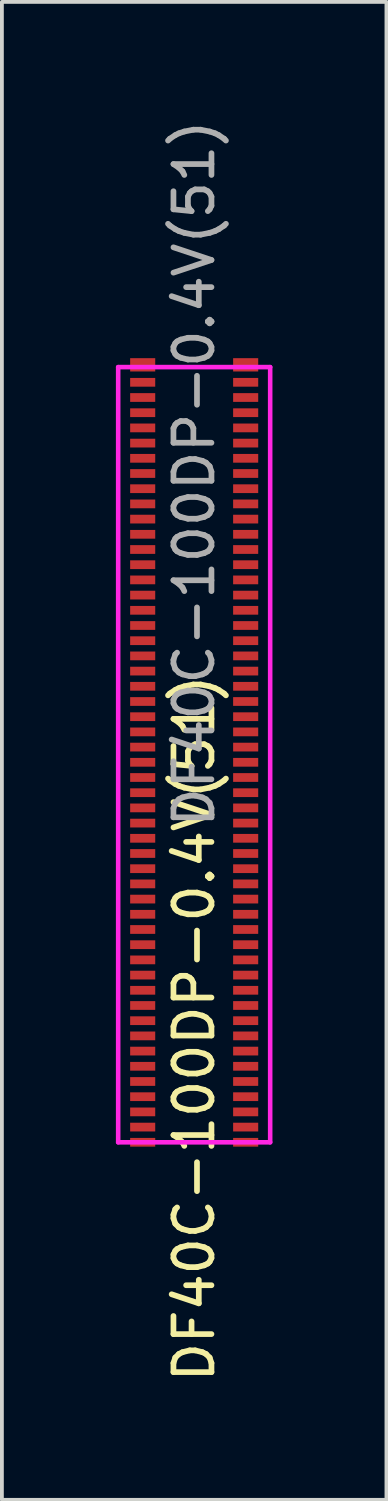
<source format=kicad_pcb>
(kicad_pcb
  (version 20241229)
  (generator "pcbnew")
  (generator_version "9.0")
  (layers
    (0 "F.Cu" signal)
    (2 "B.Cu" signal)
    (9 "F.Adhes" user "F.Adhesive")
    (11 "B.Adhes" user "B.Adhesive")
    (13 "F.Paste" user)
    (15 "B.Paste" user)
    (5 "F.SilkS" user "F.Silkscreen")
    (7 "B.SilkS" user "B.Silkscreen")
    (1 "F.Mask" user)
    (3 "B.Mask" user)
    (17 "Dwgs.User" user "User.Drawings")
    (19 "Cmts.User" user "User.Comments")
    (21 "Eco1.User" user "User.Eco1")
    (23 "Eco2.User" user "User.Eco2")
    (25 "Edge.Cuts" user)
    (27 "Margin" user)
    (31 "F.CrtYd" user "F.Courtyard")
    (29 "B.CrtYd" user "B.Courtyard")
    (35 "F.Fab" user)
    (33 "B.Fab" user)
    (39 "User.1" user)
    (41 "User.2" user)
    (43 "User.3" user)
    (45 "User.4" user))
  (footprint "DF40C-100DP-0.4V(51)"
    (layer "F.Cu")
    (at 2.06 16.811)
    (property "Reference" "DF40C-100DP-0.4V(51)" (at 0 7.2 90) (unlocked yes) (layer "F.SilkS") (effects (font (size 1 1) (thickness 0.15))))
    (fp_line (start -2 -10.2) (end 2 -10.2) (stroke (width 0.12) (type solid)) (layer "F.CrtYd"))
    (fp_line (start -2 10.2) (end -2 -10.2) (stroke (width 0.12) (type solid)) (layer "F.CrtYd"))
    (fp_line (start 2 -10.2) (end 2 10.2) (stroke (width 0.12) (type solid)) (layer "F.CrtYd"))
    (fp_line (start 2 10.2) (end -2 10.2) (stroke (width 0.12) (type solid)) (layer "F.CrtYd"))
    (fp_text user "${REFERENCE}" (at 0 -7.4 90) (unlocked yes) (layer "F.Fab") (effects (font (size 1 1) (thickness 0.15))))
    (pad "1" smd rect (at -1.355 -9.8) (size 0.66 0.23) (layers "F.Cu" "F.Mask" "F.Paste"))
    (pad "2" smd rect (at 1.355 -9.8) (size 0.66 0.23) (layers "F.Cu" "F.Mask" "F.Paste"))
    (pad "3" smd rect (at -1.355 -9.4) (size 0.66 0.23) (layers "F.Cu" "F.Mask" "F.Paste"))
    (pad "4" smd rect (at 1.355 -9.4) (size 0.66 0.23) (layers "F.Cu" "F.Mask" "F.Paste"))
    (pad "5" smd rect (at -1.355 -9) (size 0.66 0.23) (layers "F.Cu" "F.Mask" "F.Paste"))
    (pad "6" smd rect (at 1.355 -9) (size 0.66 0.23) (layers "F.Cu" "F.Mask" "F.Paste"))
    (pad "7" smd rect (at -1.355 -8.6) (size 0.66 0.23) (layers "F.Cu" "F.Mask" "F.Paste"))
    (pad "8" smd rect (at 1.355 -8.6) (size 0.66 0.23) (layers "F.Cu" "F.Mask" "F.Paste"))
    (pad "9" smd rect (at -1.355 -8.2) (size 0.66 0.23) (layers "F.Cu" "F.Mask" "F.Paste"))
    (pad "10" smd rect (at 1.355 -8.2) (size 0.66 0.23) (layers "F.Cu" "F.Mask" "F.Paste"))
    (pad "11" smd rect (at -1.355 -7.8) (size 0.66 0.23) (layers "F.Cu" "F.Mask" "F.Paste"))
    (pad "12" smd rect (at 1.355 -7.8) (size 0.66 0.23) (layers "F.Cu" "F.Mask" "F.Paste"))
    (pad "13" smd rect (at -1.355 -7.4) (size 0.66 0.23) (layers "F.Cu" "F.Mask" "F.Paste"))
    (pad "14" smd rect (at 1.355 -7.4) (size 0.66 0.23) (layers "F.Cu" "F.Mask" "F.Paste"))
    (pad "15" smd rect (at -1.355 -7) (size 0.66 0.23) (layers "F.Cu" "F.Mask" "F.Paste"))
    (pad "16" smd rect (at 1.355 -7) (size 0.66 0.23) (layers "F.Cu" "F.Mask" "F.Paste"))
    (pad "17" smd rect (at -1.355 -6.6) (size 0.66 0.23) (layers "F.Cu" "F.Mask" "F.Paste"))
    (pad "18" smd rect (at 1.355 -6.6) (size 0.66 0.23) (layers "F.Cu" "F.Mask" "F.Paste"))
    (pad "19" smd rect (at -1.355 -6.2) (size 0.66 0.23) (layers "F.Cu" "F.Mask" "F.Paste"))
    (pad "20" smd rect (at 1.355 -6.2) (size 0.66 0.23) (layers "F.Cu" "F.Mask" "F.Paste"))
    (pad "21" smd rect (at -1.355 -5.8) (size 0.66 0.23) (layers "F.Cu" "F.Mask" "F.Paste"))
    (pad "22" smd rect (at 1.355 -5.8) (size 0.66 0.23) (layers "F.Cu" "F.Mask" "F.Paste"))
    (pad "23" smd rect (at -1.355 -5.4) (size 0.66 0.23) (layers "F.Cu" "F.Mask" "F.Paste"))
    (pad "24" smd rect (at 1.355 -5.4) (size 0.66 0.23) (layers "F.Cu" "F.Mask" "F.Paste"))
    (pad "25" smd rect (at -1.355 -5) (size 0.66 0.23) (layers "F.Cu" "F.Mask" "F.Paste"))
    (pad "26" smd rect (at 1.355 -5) (size 0.66 0.23) (layers "F.Cu" "F.Mask" "F.Paste"))
    (pad "27" smd rect (at -1.355 -4.6) (size 0.66 0.23) (layers "F.Cu" "F.Mask" "F.Paste"))
    (pad "28" smd rect (at 1.355 -4.6) (size 0.66 0.23) (layers "F.Cu" "F.Mask" "F.Paste"))
    (pad "29" smd rect (at -1.355 -4.2) (size 0.66 0.23) (layers "F.Cu" "F.Mask" "F.Paste"))
    (pad "30" smd rect (at 1.355 -4.2) (size 0.66 0.23) (layers "F.Cu" "F.Mask" "F.Paste"))
    (pad "31" smd rect (at -1.355 -3.8) (size 0.66 0.23) (layers "F.Cu" "F.Mask" "F.Paste"))
    (pad "32" smd rect (at 1.355 -3.8) (size 0.66 0.23) (layers "F.Cu" "F.Mask" "F.Paste"))
    (pad "33" smd rect (at -1.355 -3.4) (size 0.66 0.23) (layers "F.Cu" "F.Mask" "F.Paste"))
    (pad "34" smd rect (at 1.355 -3.4) (size 0.66 0.23) (layers "F.Cu" "F.Mask" "F.Paste"))
    (pad "35" smd rect (at -1.355 -3) (size 0.66 0.23) (layers "F.Cu" "F.Mask" "F.Paste"))
    (pad "36" smd rect (at 1.355 -3) (size 0.66 0.23) (layers "F.Cu" "F.Mask" "F.Paste"))
    (pad "37" smd rect (at -1.355 -2.6) (size 0.66 0.23) (layers "F.Cu" "F.Mask" "F.Paste"))
    (pad "38" smd rect (at 1.355 -2.6) (size 0.66 0.23) (layers "F.Cu" "F.Mask" "F.Paste"))
    (pad "39" smd rect (at -1.355 -2.2) (size 0.66 0.23) (layers "F.Cu" "F.Mask" "F.Paste"))
    (pad "40" smd rect (at 1.355 -2.2) (size 0.66 0.23) (layers "F.Cu" "F.Mask" "F.Paste"))
    (pad "41" smd rect (at -1.355 -1.8) (size 0.66 0.23) (layers "F.Cu" "F.Mask" "F.Paste"))
    (pad "42" smd rect (at 1.355 -1.8) (size 0.66 0.23) (layers "F.Cu" "F.Mask" "F.Paste"))
    (pad "43" smd rect (at -1.355 -1.4) (size 0.66 0.23) (layers "F.Cu" "F.Mask" "F.Paste"))
    (pad "44" smd rect (at 1.355 -1.4) (size 0.66 0.23) (layers "F.Cu" "F.Mask" "F.Paste"))
    (pad "45" smd rect (at -1.355 -1) (size 0.66 0.23) (layers "F.Cu" "F.Mask" "F.Paste"))
    (pad "46" smd rect (at 1.355 -1) (size 0.66 0.23) (layers "F.Cu" "F.Mask" "F.Paste"))
    (pad "47" smd rect (at -1.355 -0.6) (size 0.66 0.23) (layers "F.Cu" "F.Mask" "F.Paste"))
    (pad "48" smd rect (at 1.355 -0.6) (size 0.66 0.23) (layers "F.Cu" "F.Mask" "F.Paste"))
    (pad "49" smd rect (at -1.355 -0.2) (size 0.66 0.23) (layers "F.Cu" "F.Mask" "F.Paste"))
    (pad "50" smd rect (at 1.355 -0.2) (size 0.66 0.23) (layers "F.Cu" "F.Mask" "F.Paste"))
    (pad "51" smd rect (at -1.355 0.2) (size 0.66 0.23) (layers "F.Cu" "F.Mask" "F.Paste"))
    (pad "52" smd rect (at 1.355 0.2) (size 0.66 0.23) (layers "F.Cu" "F.Mask" "F.Paste"))
    (pad "53" smd rect (at -1.355 0.6) (size 0.66 0.23) (layers "F.Cu" "F.Mask" "F.Paste"))
    (pad "54" smd rect (at 1.355 0.6) (size 0.66 0.23) (layers "F.Cu" "F.Mask" "F.Paste"))
    (pad "55" smd rect (at -1.355 1) (size 0.66 0.23) (layers "F.Cu" "F.Mask" "F.Paste"))
    (pad "56" smd rect (at 1.355 1) (size 0.66 0.23) (layers "F.Cu" "F.Mask" "F.Paste"))
    (pad "57" smd rect (at -1.355 1.4) (size 0.66 0.23) (layers "F.Cu" "F.Mask" "F.Paste"))
    (pad "58" smd rect (at 1.355 1.4) (size 0.66 0.23) (layers "F.Cu" "F.Mask" "F.Paste"))
    (pad "59" smd rect (at -1.355 1.8) (size 0.66 0.23) (layers "F.Cu" "F.Mask" "F.Paste"))
    (pad "60" smd rect (at 1.355 1.8) (size 0.66 0.23) (layers "F.Cu" "F.Mask" "F.Paste"))
    (pad "61" smd rect (at -1.355 2.2) (size 0.66 0.23) (layers "F.Cu" "F.Mask" "F.Paste"))
    (pad "62" smd rect (at 1.355 2.2) (size 0.66 0.23) (layers "F.Cu" "F.Mask" "F.Paste"))
    (pad "63" smd rect (at -1.355 2.6) (size 0.66 0.23) (layers "F.Cu" "F.Mask" "F.Paste"))
    (pad "64" smd rect (at 1.355 2.6) (size 0.66 0.23) (layers "F.Cu" "F.Mask" "F.Paste"))
    (pad "65" smd rect (at -1.355 3) (size 0.66 0.23) (layers "F.Cu" "F.Mask" "F.Paste"))
    (pad "66" smd rect (at 1.355 3) (size 0.66 0.23) (layers "F.Cu" "F.Mask" "F.Paste"))
    (pad "67" smd rect (at -1.355 3.4) (size 0.66 0.23) (layers "F.Cu" "F.Mask" "F.Paste"))
    (pad "68" smd rect (at 1.355 3.4) (size 0.66 0.23) (layers "F.Cu" "F.Mask" "F.Paste"))
    (pad "69" smd rect (at -1.355 3.8) (size 0.66 0.23) (layers "F.Cu" "F.Mask" "F.Paste"))
    (pad "70" smd rect (at 1.355 3.8) (size 0.66 0.23) (layers "F.Cu" "F.Mask" "F.Paste"))
    (pad "71" smd rect (at -1.355 4.2) (size 0.66 0.23) (layers "F.Cu" "F.Mask" "F.Paste"))
    (pad "72" smd rect (at 1.355 4.2) (size 0.66 0.23) (layers "F.Cu" "F.Mask" "F.Paste"))
    (pad "73" smd rect (at -1.355 4.6) (size 0.66 0.23) (layers "F.Cu" "F.Mask" "F.Paste"))
    (pad "74" smd rect (at 1.355 4.6) (size 0.66 0.23) (layers "F.Cu" "F.Mask" "F.Paste"))
    (pad "75" smd rect (at -1.355 5) (size 0.66 0.23) (layers "F.Cu" "F.Mask" "F.Paste"))
    (pad "76" smd rect (at 1.355 5) (size 0.66 0.23) (layers "F.Cu" "F.Mask" "F.Paste"))
    (pad "77" smd rect (at -1.355 5.4) (size 0.66 0.23) (layers "F.Cu" "F.Mask" "F.Paste"))
    (pad "78" smd rect (at 1.355 5.4) (size 0.66 0.23) (layers "F.Cu" "F.Mask" "F.Paste"))
    (pad "79" smd rect (at -1.355 5.8) (size 0.66 0.23) (layers "F.Cu" "F.Mask" "F.Paste"))
    (pad "80" smd rect (at 1.355 5.8) (size 0.66 0.23) (layers "F.Cu" "F.Mask" "F.Paste"))
    (pad "81" smd rect (at -1.355 6.2) (size 0.66 0.23) (layers "F.Cu" "F.Mask" "F.Paste"))
    (pad "82" smd rect (at 1.355 6.2) (size 0.66 0.23) (layers "F.Cu" "F.Mask" "F.Paste"))
    (pad "83" smd rect (at -1.355 6.6) (size 0.66 0.23) (layers "F.Cu" "F.Mask" "F.Paste"))
    (pad "84" smd rect (at 1.355 6.6) (size 0.66 0.23) (layers "F.Cu" "F.Mask" "F.Paste"))
    (pad "85" smd rect (at -1.355 7) (size 0.66 0.23) (layers "F.Cu" "F.Mask" "F.Paste"))
    (pad "86" smd rect (at 1.355 7) (size 0.66 0.23) (layers "F.Cu" "F.Mask" "F.Paste"))
    (pad "87" smd rect (at -1.355 7.4) (size 0.66 0.23) (layers "F.Cu" "F.Mask" "F.Paste"))
    (pad "88" smd rect (at 1.355 7.4) (size 0.66 0.23) (layers "F.Cu" "F.Mask" "F.Paste"))
    (pad "89" smd rect (at -1.355 7.8) (size 0.66 0.23) (layers "F.Cu" "F.Mask" "F.Paste"))
    (pad "90" smd rect (at 1.355 7.8) (size 0.66 0.23) (layers "F.Cu" "F.Mask" "F.Paste"))
    (pad "91" smd rect (at -1.355 8.2) (size 0.66 0.23) (layers "F.Cu" "F.Mask" "F.Paste"))
    (pad "92" smd rect (at 1.355 8.2) (size 0.66 0.23) (layers "F.Cu" "F.Mask" "F.Paste"))
    (pad "93" smd rect (at -1.355 8.6) (size 0.66 0.23) (layers "F.Cu" "F.Mask" "F.Paste"))
    (pad "94" smd rect (at 1.355 8.6) (size 0.66 0.23) (layers "F.Cu" "F.Mask" "F.Paste"))
    (pad "95" smd rect (at -1.355 9) (size 0.66 0.23) (layers "F.Cu" "F.Mask" "F.Paste"))
    (pad "96" smd rect (at 1.355 9) (size 0.66 0.23) (layers "F.Cu" "F.Mask" "F.Paste"))
    (pad "97" smd rect (at -1.355 9.4) (size 0.66 0.23) (layers "F.Cu" "F.Mask" "F.Paste"))
    (pad "98" smd rect (at 1.355 9.4) (size 0.66 0.23) (layers "F.Cu" "F.Mask" "F.Paste"))
    (pad "99" smd rect (at -1.355 9.8) (size 0.66 0.23) (layers "F.Cu" "F.Mask" "F.Paste"))
    (pad "100" smd rect (at 1.355 9.8) (size 0.66 0.23) (layers "F.Cu" "F.Mask" "F.Paste"))
    (pad "MNT" smd rect (at -1.355 -10.26) (size 0.66 0.35) (layers "F.Cu" "F.Mask" "F.Paste"))
    (pad "MNT" smd rect (at -1.355 10.2) (size 0.66 0.23) (layers "F.Cu" "F.Mask" "F.Paste"))
    (pad "MNT" smd rect (at 1.355 -10.26) (size 0.66 0.35) (layers "F.Cu" "F.Mask" "F.Paste"))
    (pad "MNT" smd rect (at 1.355 10.2) (size 0.66 0.23) (layers "F.Cu" "F.Mask" "F.Paste"))
    (zone (net_name "") (layer "F.Cu") (hatch edge 0.508) (connect_pads) (min_thickness 0.254) (filled_areas_thickness no) (keepout (tracks not_allowed) (vias not_allowed) (pads not_allowed) (copperpour not_allowed) (footprints allowed)) (placement (enabled no)) (fill) (polygon (pts (xy 1.035 6.896) (xy 0.375 6.896) (xy 0.375 6.726) (xy 1.035 6.726))))
    (zone (net_name "") (layer "F.Cu") (hatch edge 0.508) (connect_pads) (min_thickness 0.254) (filled_areas_thickness no) (keepout (tracks not_allowed) (vias not_allowed) (pads not_allowed) (copperpour not_allowed) (footprints allowed)) (placement (enabled no)) (fill) (polygon (pts (xy 1.035 7.296) (xy 0.375 7.296) (xy 0.375 7.126) (xy 1.035 7.126))))
    (zone (net_name "") (layer "F.Cu") (hatch edge 0.508) (connect_pads) (min_thickness 0.254) (filled_areas_thickness no) (keepout (tracks not_allowed) (vias not_allowed) (pads not_allowed) (copperpour not_allowed) (footprints allowed)) (placement (enabled no)) (fill) (polygon (pts (xy 1.035 7.696) (xy 0.375 7.696) (xy 0.375 7.526) (xy 1.035 7.526))))
    (zone (net_name "") (layer "F.Cu") (hatch edge 0.508) (connect_pads) (min_thickness 0.254) (filled_areas_thickness no) (keepout (tracks not_allowed) (vias not_allowed) (pads not_allowed) (copperpour not_allowed) (footprints allowed)) (placement (enabled no)) (fill) (polygon (pts (xy 1.035 8.096) (xy 0.375 8.096) (xy 0.375 7.926) (xy 1.035 7.926))))
    (zone (net_name "") (layer "F.Cu") (hatch edge 0.508) (connect_pads) (min_thickness 0.254) (filled_areas_thickness no) (keepout (tracks not_allowed) (vias not_allowed) (pads not_allowed) (copperpour not_allowed) (footprints allowed)) (placement (enabled no)) (fill) (polygon (pts (xy 1.035 8.496) (xy 0.375 8.496) (xy 0.375 8.326) (xy 1.035 8.326))))
    (zone (net_name "") (layer "F.Cu") (hatch edge 0.508) (connect_pads) (min_thickness 0.254) (filled_areas_thickness no) (keepout (tracks not_allowed) (vias not_allowed) (pads not_allowed) (copperpour not_allowed) (footprints allowed)) (placement (enabled no)) (fill) (polygon (pts (xy 1.035 8.896) (xy 0.375 8.896) (xy 0.375 8.726) (xy 1.035 8.726))))
    (zone (net_name "") (layer "F.Cu") (hatch edge 0.508) (connect_pads) (min_thickness 0.254) (filled_areas_thickness no) (keepout (tracks not_allowed) (vias not_allowed) (pads not_allowed) (copperpour not_allowed) (footprints allowed)) (placement (enabled no)) (fill) (polygon (pts (xy 1.035 9.296) (xy 0.375 9.296) (xy 0.375 9.126) (xy 1.035 9.126))))
    (zone (net_name "") (layer "F.Cu") (hatch edge 0.508) (connect_pads) (min_thickness 0.254) (filled_areas_thickness no) (keepout (tracks not_allowed) (vias not_allowed) (pads not_allowed) (copperpour not_allowed) (footprints allowed)) (placement (enabled no)) (fill) (polygon (pts (xy 1.035 9.696) (xy 0.375 9.696) (xy 0.375 9.526) (xy 1.035 9.526))))
    (zone (net_name "") (layer "F.Cu") (hatch edge 0.508) (connect_pads) (min_thickness 0.254) (filled_areas_thickness no) (keepout (tracks not_allowed) (vias not_allowed) (pads not_allowed) (copperpour not_allowed) (footprints allowed)) (placement (enabled no)) (fill) (polygon (pts (xy 1.035 10.096) (xy 0.375 10.096) (xy 0.375 9.926) (xy 1.035 9.926))))
    (zone (net_name "") (layer "F.Cu") (hatch edge 0.508) (connect_pads) (min_thickness 0.254) (filled_areas_thickness no) (keepout (tracks not_allowed) (vias not_allowed) (pads not_allowed) (copperpour not_allowed) (footprints allowed)) (placement (enabled no)) (fill) (polygon (pts (xy 1.035 10.496) (xy 0.375 10.496) (xy 0.375 10.326) (xy 1.035 10.326))))
    (zone (net_name "") (layer "F.Cu") (hatch edge 0.508) (connect_pads) (min_thickness 0.254) (filled_areas_thickness no) (keepout (tracks not_allowed) (vias not_allowed) (pads not_allowed) (copperpour not_allowed) (footprints allowed)) (placement (enabled no)) (fill) (polygon (pts (xy 1.035 10.896) (xy 0.375 10.896) (xy 0.375 10.726) (xy 1.035 10.726))))
    (zone (net_name "") (layer "F.Cu") (hatch edge 0.508) (connect_pads) (min_thickness 0.254) (filled_areas_thickness no) (keepout (tracks not_allowed) (vias not_allowed) (pads not_allowed) (copperpour not_allowed) (footprints allowed)) (placement (enabled no)) (fill) (polygon (pts (xy 1.035 11.296) (xy 0.375 11.296) (xy 0.375 11.126) (xy 1.035 11.126))))
    (zone (net_name "") (layer "F.Cu") (hatch edge 0.508) (connect_pads) (min_thickness 0.254) (filled_areas_thickness no) (keepout (tracks not_allowed) (vias not_allowed) (pads not_allowed) (copperpour not_allowed) (footprints allowed)) (placement (enabled no)) (fill) (polygon (pts (xy 1.035 11.696) (xy 0.375 11.696) (xy 0.375 11.526) (xy 1.035 11.526))))
    (zone (net_name "") (layer "F.Cu") (hatch edge 0.508) (connect_pads) (min_thickness 0.254) (filled_areas_thickness no) (keepout (tracks not_allowed) (vias not_allowed) (pads not_allowed) (copperpour not_allowed) (footprints allowed)) (placement (enabled no)) (fill) (polygon (pts (xy 1.035 12.096) (xy 0.375 12.096) (xy 0.375 11.926) (xy 1.035 11.926))))
    (zone (net_name "") (layer "F.Cu") (hatch edge 0.508) (connect_pads) (min_thickness 0.254) (filled_areas_thickness no) (keepout (tracks not_allowed) (vias not_allowed) (pads not_allowed) (copperpour not_allowed) (footprints allowed)) (placement (enabled no)) (fill) (polygon (pts (xy 1.035 12.496) (xy 0.375 12.496) (xy 0.375 12.326) (xy 1.035 12.326))))
    (zone (net_name "") (layer "F.Cu") (hatch edge 0.508) (connect_pads) (min_thickness 0.254) (filled_areas_thickness no) (keepout (tracks not_allowed) (vias not_allowed) (pads not_allowed) (copperpour not_allowed) (footprints allowed)) (placement (enabled no)) (fill) (polygon (pts (xy 1.035 12.896) (xy 0.375 12.896) (xy 0.375 12.726) (xy 1.035 12.726))))
    (zone (net_name "") (layer "F.Cu") (hatch edge 0.508) (connect_pads) (min_thickness 0.254) (filled_areas_thickness no) (keepout (tracks not_allowed) (vias not_allowed) (pads not_allowed) (copperpour not_allowed) (footprints allowed)) (placement (enabled no)) (fill) (polygon (pts (xy 1.035 13.296) (xy 0.375 13.296) (xy 0.375 13.126) (xy 1.035 13.126))))
    (zone (net_name "") (layer "F.Cu") (hatch edge 0.508) (connect_pads) (min_thickness 0.254) (filled_areas_thickness no) (keepout (tracks not_allowed) (vias not_allowed) (pads not_allowed) (copperpour not_allowed) (footprints allowed)) (placement (enabled no)) (fill) (polygon (pts (xy 1.035 13.696) (xy 0.375 13.696) (xy 0.375 13.526) (xy 1.035 13.526))))
    (zone (net_name "") (layer "F.Cu") (hatch edge 0.508) (connect_pads) (min_thickness 0.254) (filled_areas_thickness no) (keepout (tracks not_allowed) (vias not_allowed) (pads not_allowed) (copperpour not_allowed) (footprints allowed)) (placement (enabled no)) (fill) (polygon (pts (xy 1.035 14.096) (xy 0.375 14.096) (xy 0.375 13.926) (xy 1.035 13.926))))
    (zone (net_name "") (layer "F.Cu") (hatch edge 0.508) (connect_pads) (min_thickness 0.254) (filled_areas_thickness no) (keepout (tracks not_allowed) (vias not_allowed) (pads not_allowed) (copperpour not_allowed) (footprints allowed)) (placement (enabled no)) (fill) (polygon (pts (xy 1.035 14.496) (xy 0.375 14.496) (xy 0.375 14.326) (xy 1.035 14.326))))
    (zone (net_name "") (layer "F.Cu") (hatch edge 0.508) (connect_pads) (min_thickness 0.254) (filled_areas_thickness no) (keepout (tracks not_allowed) (vias not_allowed) (pads not_allowed) (copperpour not_allowed) (footprints allowed)) (placement (enabled no)) (fill) (polygon (pts (xy 1.035 14.896) (xy 0.375 14.896) (xy 0.375 14.726) (xy 1.035 14.726))))
    (zone (net_name "") (layer "F.Cu") (hatch edge 0.508) (connect_pads) (min_thickness 0.254) (filled_areas_thickness no) (keepout (tracks not_allowed) (vias not_allowed) (pads not_allowed) (copperpour not_allowed) (footprints allowed)) (placement (enabled no)) (fill) (polygon (pts (xy 1.035 15.296) (xy 0.375 15.296) (xy 0.375 15.126) (xy 1.035 15.126))))
    (zone (net_name "") (layer "F.Cu") (hatch edge 0.508) (connect_pads) (min_thickness 0.254) (filled_areas_thickness no) (keepout (tracks not_allowed) (vias not_allowed) (pads not_allowed) (copperpour not_allowed) (footprints allowed)) (placement (enabled no)) (fill) (polygon (pts (xy 1.035 15.696) (xy 0.375 15.696) (xy 0.375 15.526) (xy 1.035 15.526))))
    (zone (net_name "") (layer "F.Cu") (hatch edge 0.508) (connect_pads) (min_thickness 0.254) (filled_areas_thickness no) (keepout (tracks not_allowed) (vias not_allowed) (pads not_allowed) (copperpour not_allowed) (footprints allowed)) (placement (enabled no)) (fill) (polygon (pts (xy 1.035 16.096) (xy 0.375 16.096) (xy 0.375 15.926) (xy 1.035 15.926))))
    (zone (net_name "") (layer "F.Cu") (hatch edge 0.508) (connect_pads) (min_thickness 0.254) (filled_areas_thickness no) (keepout (tracks not_allowed) (vias not_allowed) (pads not_allowed) (copperpour not_allowed) (footprints allowed)) (placement (enabled no)) (fill) (polygon (pts (xy 1.035 16.496) (xy 0.375 16.496) (xy 0.375 16.326) (xy 1.035 16.326))))
    (zone (net_name "") (layer "F.Cu") (hatch edge 0.508) (connect_pads) (min_thickness 0.254) (filled_areas_thickness no) (keepout (tracks not_allowed) (vias not_allowed) (pads not_allowed) (copperpour not_allowed) (footprints allowed)) (placement (enabled no)) (fill) (polygon (pts (xy 1.035 16.896) (xy 0.375 16.896) (xy 0.375 16.726) (xy 1.035 16.726))))
    (zone (net_name "") (layer "F.Cu") (hatch edge 0.508) (connect_pads) (min_thickness 0.254) (filled_areas_thickness no) (keepout (tracks not_allowed) (vias not_allowed) (pads not_allowed) (copperpour not_allowed) (footprints allowed)) (placement (enabled no)) (fill) (polygon (pts (xy 1.035 17.296) (xy 0.375 17.296) (xy 0.375 17.126) (xy 1.035 17.126))))
    (zone (net_name "") (layer "F.Cu") (hatch edge 0.508) (connect_pads) (min_thickness 0.254) (filled_areas_thickness no) (keepout (tracks not_allowed) (vias not_allowed) (pads not_allowed) (copperpour not_allowed) (footprints allowed)) (placement (enabled no)) (fill) (polygon (pts (xy 1.035 17.696) (xy 0.375 17.696) (xy 0.375 17.526) (xy 1.035 17.526))))
    (zone (net_name "") (layer "F.Cu") (hatch edge 0.508) (connect_pads) (min_thickness 0.254) (filled_areas_thickness no) (keepout (tracks not_allowed) (vias not_allowed) (pads not_allowed) (copperpour not_allowed) (footprints allowed)) (placement (enabled no)) (fill) (polygon (pts (xy 1.035 18.096) (xy 0.375 18.096) (xy 0.375 17.926) (xy 1.035 17.926))))
    (zone (net_name "") (layer "F.Cu") (hatch edge 0.508) (connect_pads) (min_thickness 0.254) (filled_areas_thickness no) (keepout (tracks not_allowed) (vias not_allowed) (pads not_allowed) (copperpour not_allowed) (footprints allowed)) (placement (enabled no)) (fill) (polygon (pts (xy 1.035 18.496) (xy 0.375 18.496) (xy 0.375 18.326) (xy 1.035 18.326))))
    (zone (net_name "") (layer "F.Cu") (hatch edge 0.508) (connect_pads) (min_thickness 0.254) (filled_areas_thickness no) (keepout (tracks not_allowed) (vias not_allowed) (pads not_allowed) (copperpour not_allowed) (footprints allowed)) (placement (enabled no)) (fill) (polygon (pts (xy 1.035 18.896) (xy 0.375 18.896) (xy 0.375 18.726) (xy 1.035 18.726))))
    (zone (net_name "") (layer "F.Cu") (hatch edge 0.508) (connect_pads) (min_thickness 0.254) (filled_areas_thickness no) (keepout (tracks not_allowed) (vias not_allowed) (pads not_allowed) (copperpour not_allowed) (footprints allowed)) (placement (enabled no)) (fill) (polygon (pts (xy 1.035 19.296) (xy 0.375 19.296) (xy 0.375 19.126) (xy 1.035 19.126))))
    (zone (net_name "") (layer "F.Cu") (hatch edge 0.508) (connect_pads) (min_thickness 0.254) (filled_areas_thickness no) (keepout (tracks not_allowed) (vias not_allowed) (pads not_allowed) (copperpour not_allowed) (footprints allowed)) (placement (enabled no)) (fill) (polygon (pts (xy 1.035 19.696) (xy 0.375 19.696) (xy 0.375 19.526) (xy 1.035 19.526))))
    (zone (net_name "") (layer "F.Cu") (hatch edge 0.508) (connect_pads) (min_thickness 0.254) (filled_areas_thickness no) (keepout (tracks not_allowed) (vias not_allowed) (pads not_allowed) (copperpour not_allowed) (footprints allowed)) (placement (enabled no)) (fill) (polygon (pts (xy 1.035 20.096) (xy 0.375 20.096) (xy 0.375 19.926) (xy 1.035 19.926))))
    (zone (net_name "") (layer "F.Cu") (hatch edge 0.508) (connect_pads) (min_thickness 0.254) (filled_areas_thickness no) (keepout (tracks not_allowed) (vias not_allowed) (pads not_allowed) (copperpour not_allowed) (footprints allowed)) (placement (enabled no)) (fill) (polygon (pts (xy 1.035 20.496) (xy 0.375 20.496) (xy 0.375 20.326) (xy 1.035 20.326))))
    (zone (net_name "") (layer "F.Cu") (hatch edge 0.508) (connect_pads) (min_thickness 0.254) (filled_areas_thickness no) (keepout (tracks not_allowed) (vias not_allowed) (pads not_allowed) (copperpour not_allowed) (footprints allowed)) (placement (enabled no)) (fill) (polygon (pts (xy 1.035 20.896) (xy 0.375 20.896) (xy 0.375 20.726) (xy 1.035 20.726))))
    (zone (net_name "") (layer "F.Cu") (hatch edge 0.508) (connect_pads) (min_thickness 0.254) (filled_areas_thickness no) (keepout (tracks not_allowed) (vias not_allowed) (pads not_allowed) (copperpour not_allowed) (footprints allowed)) (placement (enabled no)) (fill) (polygon (pts (xy 1.035 21.296) (xy 0.375 21.296) (xy 0.375 21.126) (xy 1.035 21.126))))
    (zone (net_name "") (layer "F.Cu") (hatch edge 0.508) (connect_pads) (min_thickness 0.254) (filled_areas_thickness no) (keepout (tracks not_allowed) (vias not_allowed) (pads not_allowed) (copperpour not_allowed) (footprints allowed)) (placement (enabled no)) (fill) (polygon (pts (xy 1.035 21.696) (xy 0.375 21.696) (xy 0.375 21.526) (xy 1.035 21.526))))
    (zone (net_name "") (layer "F.Cu") (hatch edge 0.508) (connect_pads) (min_thickness 0.254) (filled_areas_thickness no) (keepout (tracks not_allowed) (vias not_allowed) (pads not_allowed) (copperpour not_allowed) (footprints allowed)) (placement (enabled no)) (fill) (polygon (pts (xy 1.035 22.096) (xy 0.375 22.096) (xy 0.375 21.926) (xy 1.035 21.926))))
    (zone (net_name "") (layer "F.Cu") (hatch edge 0.508) (connect_pads) (min_thickness 0.254) (filled_areas_thickness no) (keepout (tracks not_allowed) (vias not_allowed) (pads not_allowed) (copperpour not_allowed) (footprints allowed)) (placement (enabled no)) (fill) (polygon (pts (xy 1.035 22.496) (xy 0.375 22.496) (xy 0.375 22.326) (xy 1.035 22.326))))
    (zone (net_name "") (layer "F.Cu") (hatch edge 0.508) (connect_pads) (min_thickness 0.254) (filled_areas_thickness no) (keepout (tracks not_allowed) (vias not_allowed) (pads not_allowed) (copperpour not_allowed) (footprints allowed)) (placement (enabled no)) (fill) (polygon (pts (xy 1.035 22.896) (xy 0.375 22.896) (xy 0.375 22.726) (xy 1.035 22.726))))
    (zone (net_name "") (layer "F.Cu") (hatch edge 0.508) (connect_pads) (min_thickness 0.254) (filled_areas_thickness no) (keepout (tracks not_allowed) (vias not_allowed) (pads not_allowed) (copperpour not_allowed) (footprints allowed)) (placement (enabled no)) (fill) (polygon (pts (xy 1.035 23.296) (xy 0.375 23.296) (xy 0.375 23.126) (xy 1.035 23.126))))
    (zone (net_name "") (layer "F.Cu") (hatch edge 0.508) (connect_pads) (min_thickness 0.254) (filled_areas_thickness no) (keepout (tracks not_allowed) (vias not_allowed) (pads not_allowed) (copperpour not_allowed) (footprints allowed)) (placement (enabled no)) (fill) (polygon (pts (xy 1.035 23.696) (xy 0.375 23.696) (xy 0.375 23.526) (xy 1.035 23.526))))
    (zone (net_name "") (layer "F.Cu") (hatch edge 0.508) (connect_pads) (min_thickness 0.254) (filled_areas_thickness no) (keepout (tracks not_allowed) (vias not_allowed) (pads not_allowed) (copperpour not_allowed) (footprints allowed)) (placement (enabled no)) (fill) (polygon (pts (xy 1.035 24.096) (xy 0.375 24.096) (xy 0.375 23.926) (xy 1.035 23.926))))
    (zone (net_name "") (layer "F.Cu") (hatch edge 0.508) (connect_pads) (min_thickness 0.254) (filled_areas_thickness no) (keepout (tracks not_allowed) (vias not_allowed) (pads not_allowed) (copperpour not_allowed) (footprints allowed)) (placement (enabled no)) (fill) (polygon (pts (xy 1.035 24.496) (xy 0.375 24.496) (xy 0.375 24.326) (xy 1.035 24.326))))
    (zone (net_name "") (layer "F.Cu") (hatch edge 0.508) (connect_pads) (min_thickness 0.254) (filled_areas_thickness no) (keepout (tracks not_allowed) (vias not_allowed) (pads not_allowed) (copperpour not_allowed) (footprints allowed)) (placement (enabled no)) (fill) (polygon (pts (xy 1.035 24.896) (xy 0.375 24.896) (xy 0.375 24.726) (xy 1.035 24.726))))
    (zone (net_name "") (layer "F.Cu") (hatch edge 0.508) (connect_pads) (min_thickness 0.254) (filled_areas_thickness no) (keepout (tracks not_allowed) (vias not_allowed) (pads not_allowed) (copperpour not_allowed) (footprints allowed)) (placement (enabled no)) (fill) (polygon (pts (xy 1.035 25.296) (xy 0.375 25.296) (xy 0.375 25.126) (xy 1.035 25.126))))
    (zone (net_name "") (layer "F.Cu") (hatch edge 0.508) (connect_pads) (min_thickness 0.254) (filled_areas_thickness no) (keepout (tracks not_allowed) (vias not_allowed) (pads not_allowed) (copperpour not_allowed) (footprints allowed)) (placement (enabled no)) (fill) (polygon (pts (xy 1.035 25.696) (xy 0.375 25.696) (xy 0.375 25.526) (xy 1.035 25.526))))
    (zone (net_name "") (layer "F.Cu") (hatch edge 0.508) (connect_pads) (min_thickness 0.254) (filled_areas_thickness no) (keepout (tracks not_allowed) (vias not_allowed) (pads not_allowed) (copperpour not_allowed) (footprints allowed)) (placement (enabled no)) (fill) (polygon (pts (xy 1.035 26.096) (xy 0.375 26.096) (xy 0.375 25.926) (xy 1.035 25.926))))
    (zone (net_name "") (layer "F.Cu") (hatch edge 0.508) (connect_pads) (min_thickness 0.254) (filled_areas_thickness no) (keepout (tracks not_allowed) (vias not_allowed) (pads not_allowed) (copperpour not_allowed) (footprints allowed)) (placement (enabled no)) (fill) (polygon (pts (xy 1.035 26.496) (xy 0.375 26.496) (xy 0.375 26.326) (xy 1.035 26.326))))
    (zone (net_name "") (layer "F.Cu") (hatch edge 0.508) (connect_pads) (min_thickness 0.254) (filled_areas_thickness no) (keepout (tracks not_allowed) (vias not_allowed) (pads not_allowed) (copperpour not_allowed) (footprints allowed)) (placement (enabled no)) (fill) (polygon (pts (xy 1.035 26.896) (xy 0.375 26.896) (xy 0.375 26.726) (xy 1.035 26.726))))
    (zone (net_name "") (layer "F.Cu") (hatch edge 0.508) (connect_pads) (min_thickness 0.254) (filled_areas_thickness no) (keepout (tracks not_allowed) (vias not_allowed) (pads not_allowed) (copperpour not_allowed) (footprints allowed)) (placement (enabled no)) (fill) (polygon (pts (xy 3.745 6.896) (xy 3.085 6.896) (xy 3.085 6.726) (xy 3.745 6.726))))
    (zone (net_name "") (layer "F.Cu") (hatch edge 0.508) (connect_pads) (min_thickness 0.254) (filled_areas_thickness no) (keepout (tracks not_allowed) (vias not_allowed) (pads not_allowed) (copperpour not_allowed) (footprints allowed)) (placement (enabled no)) (fill) (polygon (pts (xy 3.745 7.296) (xy 3.085 7.296) (xy 3.085 7.126) (xy 3.745 7.126))))
    (zone (net_name "") (layer "F.Cu") (hatch edge 0.508) (connect_pads) (min_thickness 0.254) (filled_areas_thickness no) (keepout (tracks not_allowed) (vias not_allowed) (pads not_allowed) (copperpour not_allowed) (footprints allowed)) (placement (enabled no)) (fill) (polygon (pts (xy 3.745 7.696) (xy 3.085 7.696) (xy 3.085 7.526) (xy 3.745 7.526))))
    (zone (net_name "") (layer "F.Cu") (hatch edge 0.508) (connect_pads) (min_thickness 0.254) (filled_areas_thickness no) (keepout (tracks not_allowed) (vias not_allowed) (pads not_allowed) (copperpour not_allowed) (footprints allowed)) (placement (enabled no)) (fill) (polygon (pts (xy 3.745 8.096) (xy 3.085 8.096) (xy 3.085 7.926) (xy 3.745 7.926))))
    (zone (net_name "") (layer "F.Cu") (hatch edge 0.508) (connect_pads) (min_thickness 0.254) (filled_areas_thickness no) (keepout (tracks not_allowed) (vias not_allowed) (pads not_allowed) (copperpour not_allowed) (footprints allowed)) (placement (enabled no)) (fill) (polygon (pts (xy 3.745 8.496) (xy 3.085 8.496) (xy 3.085 8.326) (xy 3.745 8.326))))
    (zone (net_name "") (layer "F.Cu") (hatch edge 0.508) (connect_pads) (min_thickness 0.254) (filled_areas_thickness no) (keepout (tracks not_allowed) (vias not_allowed) (pads not_allowed) (copperpour not_allowed) (footprints allowed)) (placement (enabled no)) (fill) (polygon (pts (xy 3.745 8.896) (xy 3.085 8.896) (xy 3.085 8.726) (xy 3.745 8.726))))
    (zone (net_name "") (layer "F.Cu") (hatch edge 0.508) (connect_pads) (min_thickness 0.254) (filled_areas_thickness no) (keepout (tracks not_allowed) (vias not_allowed) (pads not_allowed) (copperpour not_allowed) (footprints allowed)) (placement (enabled no)) (fill) (polygon (pts (xy 3.745 9.296) (xy 3.085 9.296) (xy 3.085 9.126) (xy 3.745 9.126))))
    (zone (net_name "") (layer "F.Cu") (hatch edge 0.508) (connect_pads) (min_thickness 0.254) (filled_areas_thickness no) (keepout (tracks not_allowed) (vias not_allowed) (pads not_allowed) (copperpour not_allowed) (footprints allowed)) (placement (enabled no)) (fill) (polygon (pts (xy 3.745 9.696) (xy 3.085 9.696) (xy 3.085 9.526) (xy 3.745 9.526))))
    (zone (net_name "") (layer "F.Cu") (hatch edge 0.508) (connect_pads) (min_thickness 0.254) (filled_areas_thickness no) (keepout (tracks not_allowed) (vias not_allowed) (pads not_allowed) (copperpour not_allowed) (footprints allowed)) (placement (enabled no)) (fill) (polygon (pts (xy 3.745 10.096) (xy 3.085 10.096) (xy 3.085 9.926) (xy 3.745 9.926))))
    (zone (net_name "") (layer "F.Cu") (hatch edge 0.508) (connect_pads) (min_thickness 0.254) (filled_areas_thickness no) (keepout (tracks not_allowed) (vias not_allowed) (pads not_allowed) (copperpour not_allowed) (footprints allowed)) (placement (enabled no)) (fill) (polygon (pts (xy 3.745 10.496) (xy 3.085 10.496) (xy 3.085 10.326) (xy 3.745 10.326))))
    (zone (net_name "") (layer "F.Cu") (hatch edge 0.508) (connect_pads) (min_thickness 0.254) (filled_areas_thickness no) (keepout (tracks not_allowed) (vias not_allowed) (pads not_allowed) (copperpour not_allowed) (footprints allowed)) (placement (enabled no)) (fill) (polygon (pts (xy 3.745 10.896) (xy 3.085 10.896) (xy 3.085 10.726) (xy 3.745 10.726))))
    (zone (net_name "") (layer "F.Cu") (hatch edge 0.508) (connect_pads) (min_thickness 0.254) (filled_areas_thickness no) (keepout (tracks not_allowed) (vias not_allowed) (pads not_allowed) (copperpour not_allowed) (footprints allowed)) (placement (enabled no)) (fill) (polygon (pts (xy 3.745 11.296) (xy 3.085 11.296) (xy 3.085 11.126) (xy 3.745 11.126))))
    (zone (net_name "") (layer "F.Cu") (hatch edge 0.508) (connect_pads) (min_thickness 0.254) (filled_areas_thickness no) (keepout (tracks not_allowed) (vias not_allowed) (pads not_allowed) (copperpour not_allowed) (footprints allowed)) (placement (enabled no)) (fill) (polygon (pts (xy 3.745 11.696) (xy 3.085 11.696) (xy 3.085 11.526) (xy 3.745 11.526))))
    (zone (net_name "") (layer "F.Cu") (hatch edge 0.508) (connect_pads) (min_thickness 0.254) (filled_areas_thickness no) (keepout (tracks not_allowed) (vias not_allowed) (pads not_allowed) (copperpour not_allowed) (footprints allowed)) (placement (enabled no)) (fill) (polygon (pts (xy 3.745 12.096) (xy 3.085 12.096) (xy 3.085 11.926) (xy 3.745 11.926))))
    (zone (net_name "") (layer "F.Cu") (hatch edge 0.508) (connect_pads) (min_thickness 0.254) (filled_areas_thickness no) (keepout (tracks not_allowed) (vias not_allowed) (pads not_allowed) (copperpour not_allowed) (footprints allowed)) (placement (enabled no)) (fill) (polygon (pts (xy 3.745 12.496) (xy 3.085 12.496) (xy 3.085 12.326) (xy 3.745 12.326))))
    (zone (net_name "") (layer "F.Cu") (hatch edge 0.508) (connect_pads) (min_thickness 0.254) (filled_areas_thickness no) (keepout (tracks not_allowed) (vias not_allowed) (pads not_allowed) (copperpour not_allowed) (footprints allowed)) (placement (enabled no)) (fill) (polygon (pts (xy 3.745 12.896) (xy 3.085 12.896) (xy 3.085 12.726) (xy 3.745 12.726))))
    (zone (net_name "") (layer "F.Cu") (hatch edge 0.508) (connect_pads) (min_thickness 0.254) (filled_areas_thickness no) (keepout (tracks not_allowed) (vias not_allowed) (pads not_allowed) (copperpour not_allowed) (footprints allowed)) (placement (enabled no)) (fill) (polygon (pts (xy 3.745 13.296) (xy 3.085 13.296) (xy 3.085 13.126) (xy 3.745 13.126))))
    (zone (net_name "") (layer "F.Cu") (hatch edge 0.508) (connect_pads) (min_thickness 0.254) (filled_areas_thickness no) (keepout (tracks not_allowed) (vias not_allowed) (pads not_allowed) (copperpour not_allowed) (footprints allowed)) (placement (enabled no)) (fill) (polygon (pts (xy 3.745 13.696) (xy 3.085 13.696) (xy 3.085 13.526) (xy 3.745 13.526))))
    (zone (net_name "") (layer "F.Cu") (hatch edge 0.508) (connect_pads) (min_thickness 0.254) (filled_areas_thickness no) (keepout (tracks not_allowed) (vias not_allowed) (pads not_allowed) (copperpour not_allowed) (footprints allowed)) (placement (enabled no)) (fill) (polygon (pts (xy 3.745 14.096) (xy 3.085 14.096) (xy 3.085 13.926) (xy 3.745 13.926))))
    (zone (net_name "") (layer "F.Cu") (hatch edge 0.508) (connect_pads) (min_thickness 0.254) (filled_areas_thickness no) (keepout (tracks not_allowed) (vias not_allowed) (pads not_allowed) (copperpour not_allowed) (footprints allowed)) (placement (enabled no)) (fill) (polygon (pts (xy 3.745 14.496) (xy 3.085 14.496) (xy 3.085 14.326) (xy 3.745 14.326))))
    (zone (net_name "") (layer "F.Cu") (hatch edge 0.508) (connect_pads) (min_thickness 0.254) (filled_areas_thickness no) (keepout (tracks not_allowed) (vias not_allowed) (pads not_allowed) (copperpour not_allowed) (footprints allowed)) (placement (enabled no)) (fill) (polygon (pts (xy 3.745 14.896) (xy 3.085 14.896) (xy 3.085 14.726) (xy 3.745 14.726))))
    (zone (net_name "") (layer "F.Cu") (hatch edge 0.508) (connect_pads) (min_thickness 0.254) (filled_areas_thickness no) (keepout (tracks not_allowed) (vias not_allowed) (pads not_allowed) (copperpour not_allowed) (footprints allowed)) (placement (enabled no)) (fill) (polygon (pts (xy 3.745 15.296) (xy 3.085 15.296) (xy 3.085 15.126) (xy 3.745 15.126))))
    (zone (net_name "") (layer "F.Cu") (hatch edge 0.508) (connect_pads) (min_thickness 0.254) (filled_areas_thickness no) (keepout (tracks not_allowed) (vias not_allowed) (pads not_allowed) (copperpour not_allowed) (footprints allowed)) (placement (enabled no)) (fill) (polygon (pts (xy 3.745 15.696) (xy 3.085 15.696) (xy 3.085 15.526) (xy 3.745 15.526))))
    (zone (net_name "") (layer "F.Cu") (hatch edge 0.508) (connect_pads) (min_thickness 0.254) (filled_areas_thickness no) (keepout (tracks not_allowed) (vias not_allowed) (pads not_allowed) (copperpour not_allowed) (footprints allowed)) (placement (enabled no)) (fill) (polygon (pts (xy 3.745 16.096) (xy 3.085 16.096) (xy 3.085 15.926) (xy 3.745 15.926))))
    (zone (net_name "") (layer "F.Cu") (hatch edge 0.508) (connect_pads) (min_thickness 0.254) (filled_areas_thickness no) (keepout (tracks not_allowed) (vias not_allowed) (pads not_allowed) (copperpour not_allowed) (footprints allowed)) (placement (enabled no)) (fill) (polygon (pts (xy 3.745 16.496) (xy 3.085 16.496) (xy 3.085 16.326) (xy 3.745 16.326))))
    (zone (net_name "") (layer "F.Cu") (hatch edge 0.508) (connect_pads) (min_thickness 0.254) (filled_areas_thickness no) (keepout (tracks not_allowed) (vias not_allowed) (pads not_allowed) (copperpour not_allowed) (footprints allowed)) (placement (enabled no)) (fill) (polygon (pts (xy 3.745 16.896) (xy 3.085 16.896) (xy 3.085 16.726) (xy 3.745 16.726))))
    (zone (net_name "") (layer "F.Cu") (hatch edge 0.508) (connect_pads) (min_thickness 0.254) (filled_areas_thickness no) (keepout (tracks not_allowed) (vias not_allowed) (pads not_allowed) (copperpour not_allowed) (footprints allowed)) (placement (enabled no)) (fill) (polygon (pts (xy 3.745 17.296) (xy 3.085 17.296) (xy 3.085 17.126) (xy 3.745 17.126))))
    (zone (net_name "") (layer "F.Cu") (hatch edge 0.508) (connect_pads) (min_thickness 0.254) (filled_areas_thickness no) (keepout (tracks not_allowed) (vias not_allowed) (pads not_allowed) (copperpour not_allowed) (footprints allowed)) (placement (enabled no)) (fill) (polygon (pts (xy 3.745 17.696) (xy 3.085 17.696) (xy 3.085 17.526) (xy 3.745 17.526))))
    (zone (net_name "") (layer "F.Cu") (hatch edge 0.508) (connect_pads) (min_thickness 0.254) (filled_areas_thickness no) (keepout (tracks not_allowed) (vias not_allowed) (pads not_allowed) (copperpour not_allowed) (footprints allowed)) (placement (enabled no)) (fill) (polygon (pts (xy 3.745 18.096) (xy 3.085 18.096) (xy 3.085 17.926) (xy 3.745 17.926))))
    (zone (net_name "") (layer "F.Cu") (hatch edge 0.508) (connect_pads) (min_thickness 0.254) (filled_areas_thickness no) (keepout (tracks not_allowed) (vias not_allowed) (pads not_allowed) (copperpour not_allowed) (footprints allowed)) (placement (enabled no)) (fill) (polygon (pts (xy 3.745 18.496) (xy 3.085 18.496) (xy 3.085 18.326) (xy 3.745 18.326))))
    (zone (net_name "") (layer "F.Cu") (hatch edge 0.508) (connect_pads) (min_thickness 0.254) (filled_areas_thickness no) (keepout (tracks not_allowed) (vias not_allowed) (pads not_allowed) (copperpour not_allowed) (footprints allowed)) (placement (enabled no)) (fill) (polygon (pts (xy 3.745 18.896) (xy 3.085 18.896) (xy 3.085 18.726) (xy 3.745 18.726))))
    (zone (net_name "") (layer "F.Cu") (hatch edge 0.508) (connect_pads) (min_thickness 0.254) (filled_areas_thickness no) (keepout (tracks not_allowed) (vias not_allowed) (pads not_allowed) (copperpour not_allowed) (footprints allowed)) (placement (enabled no)) (fill) (polygon (pts (xy 3.745 19.296) (xy 3.085 19.296) (xy 3.085 19.126) (xy 3.745 19.126))))
    (zone (net_name "") (layer "F.Cu") (hatch edge 0.508) (connect_pads) (min_thickness 0.254) (filled_areas_thickness no) (keepout (tracks not_allowed) (vias not_allowed) (pads not_allowed) (copperpour not_allowed) (footprints allowed)) (placement (enabled no)) (fill) (polygon (pts (xy 3.745 19.696) (xy 3.085 19.696) (xy 3.085 19.526) (xy 3.745 19.526))))
    (zone (net_name "") (layer "F.Cu") (hatch edge 0.508) (connect_pads) (min_thickness 0.254) (filled_areas_thickness no) (keepout (tracks not_allowed) (vias not_allowed) (pads not_allowed) (copperpour not_allowed) (footprints allowed)) (placement (enabled no)) (fill) (polygon (pts (xy 3.745 20.096) (xy 3.085 20.096) (xy 3.085 19.926) (xy 3.745 19.926))))
    (zone (net_name "") (layer "F.Cu") (hatch edge 0.508) (connect_pads) (min_thickness 0.254) (filled_areas_thickness no) (keepout (tracks not_allowed) (vias not_allowed) (pads not_allowed) (copperpour not_allowed) (footprints allowed)) (placement (enabled no)) (fill) (polygon (pts (xy 3.745 20.496) (xy 3.085 20.496) (xy 3.085 20.326) (xy 3.745 20.326))))
    (zone (net_name "") (layer "F.Cu") (hatch edge 0.508) (connect_pads) (min_thickness 0.254) (filled_areas_thickness no) (keepout (tracks not_allowed) (vias not_allowed) (pads not_allowed) (copperpour not_allowed) (footprints allowed)) (placement (enabled no)) (fill) (polygon (pts (xy 3.745 20.896) (xy 3.085 20.896) (xy 3.085 20.726) (xy 3.745 20.726))))
    (zone (net_name "") (layer "F.Cu") (hatch edge 0.508) (connect_pads) (min_thickness 0.254) (filled_areas_thickness no) (keepout (tracks not_allowed) (vias not_allowed) (pads not_allowed) (copperpour not_allowed) (footprints allowed)) (placement (enabled no)) (fill) (polygon (pts (xy 3.745 21.296) (xy 3.085 21.296) (xy 3.085 21.126) (xy 3.745 21.126))))
    (zone (net_name "") (layer "F.Cu") (hatch edge 0.508) (connect_pads) (min_thickness 0.254) (filled_areas_thickness no) (keepout (tracks not_allowed) (vias not_allowed) (pads not_allowed) (copperpour not_allowed) (footprints allowed)) (placement (enabled no)) (fill) (polygon (pts (xy 3.745 21.696) (xy 3.085 21.696) (xy 3.085 21.526) (xy 3.745 21.526))))
    (zone (net_name "") (layer "F.Cu") (hatch edge 0.508) (connect_pads) (min_thickness 0.254) (filled_areas_thickness no) (keepout (tracks not_allowed) (vias not_allowed) (pads not_allowed) (copperpour not_allowed) (footprints allowed)) (placement (enabled no)) (fill) (polygon (pts (xy 3.745 22.096) (xy 3.085 22.096) (xy 3.085 21.926) (xy 3.745 21.926))))
    (zone (net_name "") (layer "F.Cu") (hatch edge 0.508) (connect_pads) (min_thickness 0.254) (filled_areas_thickness no) (keepout (tracks not_allowed) (vias not_allowed) (pads not_allowed) (copperpour not_allowed) (footprints allowed)) (placement (enabled no)) (fill) (polygon (pts (xy 3.745 22.496) (xy 3.085 22.496) (xy 3.085 22.326) (xy 3.745 22.326))))
    (zone (net_name "") (layer "F.Cu") (hatch edge 0.508) (connect_pads) (min_thickness 0.254) (filled_areas_thickness no) (keepout (tracks not_allowed) (vias not_allowed) (pads not_allowed) (copperpour not_allowed) (footprints allowed)) (placement (enabled no)) (fill) (polygon (pts (xy 3.745 22.896) (xy 3.085 22.896) (xy 3.085 22.726) (xy 3.745 22.726))))
    (zone (net_name "") (layer "F.Cu") (hatch edge 0.508) (connect_pads) (min_thickness 0.254) (filled_areas_thickness no) (keepout (tracks not_allowed) (vias not_allowed) (pads not_allowed) (copperpour not_allowed) (footprints allowed)) (placement (enabled no)) (fill) (polygon (pts (xy 3.745 23.296) (xy 3.085 23.296) (xy 3.085 23.126) (xy 3.745 23.126))))
    (zone (net_name "") (layer "F.Cu") (hatch edge 0.508) (connect_pads) (min_thickness 0.254) (filled_areas_thickness no) (keepout (tracks not_allowed) (vias not_allowed) (pads not_allowed) (copperpour not_allowed) (footprints allowed)) (placement (enabled no)) (fill) (polygon (pts (xy 3.745 23.696) (xy 3.085 23.696) (xy 3.085 23.526) (xy 3.745 23.526))))
    (zone (net_name "") (layer "F.Cu") (hatch edge 0.508) (connect_pads) (min_thickness 0.254) (filled_areas_thickness no) (keepout (tracks not_allowed) (vias not_allowed) (pads not_allowed) (copperpour not_allowed) (footprints allowed)) (placement (enabled no)) (fill) (polygon (pts (xy 3.745 24.096) (xy 3.085 24.096) (xy 3.085 23.926) (xy 3.745 23.926))))
    (zone (net_name "") (layer "F.Cu") (hatch edge 0.508) (connect_pads) (min_thickness 0.254) (filled_areas_thickness no) (keepout (tracks not_allowed) (vias not_allowed) (pads not_allowed) (copperpour not_allowed) (footprints allowed)) (placement (enabled no)) (fill) (polygon (pts (xy 3.745 24.496) (xy 3.085 24.496) (xy 3.085 24.326) (xy 3.745 24.326))))
    (zone (net_name "") (layer "F.Cu") (hatch edge 0.508) (connect_pads) (min_thickness 0.254) (filled_areas_thickness no) (keepout (tracks not_allowed) (vias not_allowed) (pads not_allowed) (copperpour not_allowed) (footprints allowed)) (placement (enabled no)) (fill) (polygon (pts (xy 3.745 24.896) (xy 3.085 24.896) (xy 3.085 24.726) (xy 3.745 24.726))))
    (zone (net_name "") (layer "F.Cu") (hatch edge 0.508) (connect_pads) (min_thickness 0.254) (filled_areas_thickness no) (keepout (tracks not_allowed) (vias not_allowed) (pads not_allowed) (copperpour not_allowed) (footprints allowed)) (placement (enabled no)) (fill) (polygon (pts (xy 3.745 25.296) (xy 3.085 25.296) (xy 3.085 25.126) (xy 3.745 25.126))))
    (zone (net_name "") (layer "F.Cu") (hatch edge 0.508) (connect_pads) (min_thickness 0.254) (filled_areas_thickness no) (keepout (tracks not_allowed) (vias not_allowed) (pads not_allowed) (copperpour not_allowed) (footprints allowed)) (placement (enabled no)) (fill) (polygon (pts (xy 3.745 25.696) (xy 3.085 25.696) (xy 3.085 25.526) (xy 3.745 25.526))))
    (zone (net_name "") (layer "F.Cu") (hatch edge 0.508) (connect_pads) (min_thickness 0.254) (filled_areas_thickness no) (keepout (tracks not_allowed) (vias not_allowed) (pads not_allowed) (copperpour not_allowed) (footprints allowed)) (placement (enabled no)) (fill) (polygon (pts (xy 3.745 26.096) (xy 3.085 26.096) (xy 3.085 25.926) (xy 3.745 25.926))))
    (zone (net_name "") (layer "F.Cu") (hatch edge 0.508) (connect_pads) (min_thickness 0.254) (filled_areas_thickness no) (keepout (tracks not_allowed) (vias not_allowed) (pads not_allowed) (copperpour not_allowed) (footprints allowed)) (placement (enabled no)) (fill) (polygon (pts (xy 3.745 26.496) (xy 3.085 26.496) (xy 3.085 26.326) (xy 3.745 26.326))))
    (zone (net_name "") (layer "F.Cu") (hatch edge 0.508) (connect_pads) (min_thickness 0.254) (filled_areas_thickness no) (keepout (tracks not_allowed) (vias not_allowed) (pads not_allowed) (copperpour not_allowed) (footprints allowed)) (placement (enabled no)) (fill) (polygon (pts (xy 3.745 26.896) (xy 3.085 26.896) (xy 3.085 26.726) (xy 3.745 26.726)))))
  (gr_rect
    (start -3 -3)
    (end 7.12 36.421)
    (stroke (width 0.1) (type default))
    (fill no)
    (layer "Edge.Cuts")))
</source>
